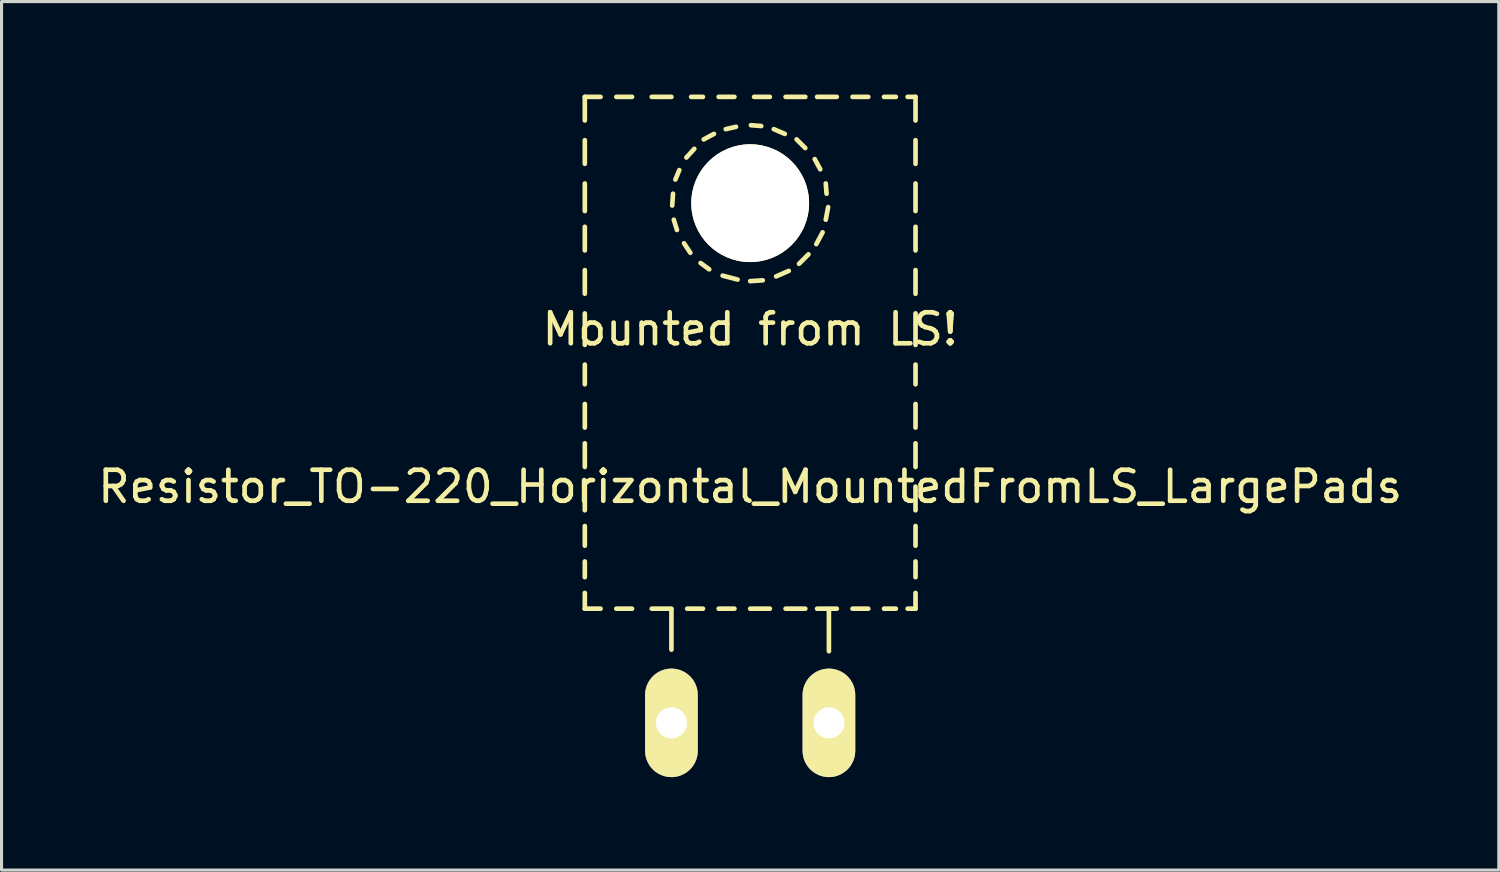
<source format=kicad_pcb>
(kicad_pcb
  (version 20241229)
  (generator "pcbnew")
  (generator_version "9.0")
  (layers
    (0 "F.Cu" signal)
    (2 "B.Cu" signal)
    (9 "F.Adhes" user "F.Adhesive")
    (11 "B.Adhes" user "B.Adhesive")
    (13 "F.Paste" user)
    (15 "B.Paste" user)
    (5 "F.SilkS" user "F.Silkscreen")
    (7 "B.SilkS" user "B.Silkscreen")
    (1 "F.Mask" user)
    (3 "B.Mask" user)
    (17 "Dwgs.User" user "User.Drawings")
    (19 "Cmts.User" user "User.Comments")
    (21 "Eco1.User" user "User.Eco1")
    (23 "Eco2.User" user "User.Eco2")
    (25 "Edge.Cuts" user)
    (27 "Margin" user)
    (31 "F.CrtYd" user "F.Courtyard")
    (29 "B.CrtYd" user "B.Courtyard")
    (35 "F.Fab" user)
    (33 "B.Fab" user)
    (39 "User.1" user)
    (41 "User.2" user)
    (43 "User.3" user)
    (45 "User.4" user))
  (footprint "Resistor_TO-220_Horizontal_MountedFromLS_LargePads"
    (layer "F.Cu")
    (at 21.149 20.268)
    (property "Reference" "Resistor_TO-220_Horizontal_MountedFromLS_LargePads" (at 0 -7.62 0) (layer "F.SilkS") (effects (font (size 1 1) (thickness 0.15))))
    (attr through_hole)
    (fp_line (start -5.334 -20.193) (end -5.334 -19.431) (stroke (width 0.15) (type solid)) (layer "F.SilkS"))
    (fp_line (start -5.334 -20.193) (end -4.826 -20.193) (stroke (width 0.15) (type solid)) (layer "F.SilkS"))
    (fp_line (start -5.334 -18.796) (end -5.334 -18.034) (stroke (width 0.15) (type solid)) (layer "F.SilkS"))
    (fp_line (start -5.334 -17.399) (end -5.334 -16.51) (stroke (width 0.15) (type solid)) (layer "F.SilkS"))
    (fp_line (start -5.334 -16.002) (end -5.334 -15.24) (stroke (width 0.15) (type solid)) (layer "F.SilkS"))
    (fp_line (start -5.334 -14.605) (end -5.334 -13.843) (stroke (width 0.15) (type solid)) (layer "F.SilkS"))
    (fp_line (start -5.334 -13.208) (end -5.334 -12.192) (stroke (width 0.15) (type solid)) (layer "F.SilkS"))
    (fp_line (start -5.334 -11.557) (end -5.334 -10.922) (stroke (width 0.15) (type solid)) (layer "F.SilkS"))
    (fp_line (start -5.334 -10.287) (end -5.334 -9.525) (stroke (width 0.15) (type solid)) (layer "F.SilkS"))
    (fp_line (start -5.334 -9.017) (end -5.334 -8.255) (stroke (width 0.15) (type solid)) (layer "F.SilkS"))
    (fp_line (start -5.334 -7.62) (end -5.334 -6.858) (stroke (width 0.15) (type solid)) (layer "F.SilkS"))
    (fp_line (start -5.334 -6.35) (end -5.334 -5.715) (stroke (width 0.15) (type solid)) (layer "F.SilkS"))
    (fp_line (start -5.334 -5.207) (end -5.334 -4.699) (stroke (width 0.15) (type solid)) (layer "F.SilkS"))
    (fp_line (start -5.334 -4.191) (end -5.334 -3.683) (stroke (width 0.15) (type solid)) (layer "F.SilkS"))
    (fp_line (start -5.334 -3.683) (end -4.826 -3.683) (stroke (width 0.15) (type solid)) (layer "F.SilkS"))
    (fp_line (start -4.318 -20.193) (end -3.81 -20.193) (stroke (width 0.15) (type solid)) (layer "F.SilkS"))
    (fp_line (start -4.318 -3.683) (end -3.81 -3.683) (stroke (width 0.15) (type solid)) (layer "F.SilkS"))
    (fp_line (start -3.175 -20.193) (end -2.54 -20.193) (stroke (width 0.15) (type solid)) (layer "F.SilkS"))
    (fp_line (start -3.175 -3.683) (end -2.54 -3.683) (stroke (width 0.15) (type solid)) (layer "F.SilkS"))
    (fp_line (start -2.54 -3.658) (end -2.54 -2.362) (stroke (width 0.15) (type solid)) (layer "F.SilkS"))
    (fp_line (start -2.515 -16.688) (end -2.489 -17.069) (stroke (width 0.15) (type solid)) (layer "F.SilkS"))
    (fp_line (start -2.413 -17.526) (end -2.286 -17.831) (stroke (width 0.15) (type solid)) (layer "F.SilkS"))
    (fp_line (start -2.362 -15.9) (end -2.464 -16.231) (stroke (width 0.15) (type solid)) (layer "F.SilkS"))
    (fp_line (start -2.057 -18.237) (end -1.803 -18.517) (stroke (width 0.15) (type solid)) (layer "F.SilkS"))
    (fp_line (start -2.032 -3.683) (end -1.524 -3.683) (stroke (width 0.15) (type solid)) (layer "F.SilkS"))
    (fp_line (start -1.93 -15.164) (end -2.134 -15.469) (stroke (width 0.15) (type solid)) (layer "F.SilkS"))
    (fp_line (start -1.905 -20.193) (end -1.524 -20.193) (stroke (width 0.15) (type solid)) (layer "F.SilkS"))
    (fp_line (start -1.499 -18.821) (end -1.168 -18.999) (stroke (width 0.15) (type solid)) (layer "F.SilkS"))
    (fp_line (start -1.321 -14.63) (end -1.6 -14.834) (stroke (width 0.15) (type solid)) (layer "F.SilkS"))
    (fp_line (start -1.016 -20.193) (end -0.508 -20.193) (stroke (width 0.15) (type solid)) (layer "F.SilkS"))
    (fp_line (start -1.016 -3.683) (end -0.508 -3.683) (stroke (width 0.15) (type solid)) (layer "F.SilkS"))
    (fp_line (start -0.787 -19.152) (end -0.457 -19.228) (stroke (width 0.15) (type solid)) (layer "F.SilkS"))
    (fp_line (start -0.406 -14.3) (end -0.889 -14.427) (stroke (width 0.15) (type solid)) (layer "F.SilkS"))
    (fp_line (start 0 -3.683) (end 0.635 -3.683) (stroke (width 0.15) (type solid)) (layer "F.SilkS"))
    (fp_line (start 0.025 -19.279) (end 0.356 -19.253) (stroke (width 0.15) (type solid)) (layer "F.SilkS"))
    (fp_line (start 0.127 -20.193) (end 0.635 -20.193) (stroke (width 0.15) (type solid)) (layer "F.SilkS"))
    (fp_line (start 0.406 -14.275) (end 0 -14.249) (stroke (width 0.15) (type solid)) (layer "F.SilkS"))
    (fp_line (start 0.762 -19.152) (end 1.118 -18.999) (stroke (width 0.15) (type solid)) (layer "F.SilkS"))
    (fp_line (start 1.143 -20.193) (end 1.778 -20.193) (stroke (width 0.15) (type solid)) (layer "F.SilkS"))
    (fp_line (start 1.143 -3.683) (end 1.778 -3.683) (stroke (width 0.15) (type solid)) (layer "F.SilkS"))
    (fp_line (start 1.245 -14.58) (end 0.838 -14.402) (stroke (width 0.15) (type solid)) (layer "F.SilkS"))
    (fp_line (start 1.499 -18.821) (end 1.778 -18.542) (stroke (width 0.15) (type solid)) (layer "F.SilkS"))
    (fp_line (start 1.88 -15.113) (end 1.575 -14.808) (stroke (width 0.15) (type solid)) (layer "F.SilkS"))
    (fp_line (start 2.083 -18.186) (end 2.261 -17.856) (stroke (width 0.15) (type solid)) (layer "F.SilkS"))
    (fp_line (start 2.159 -20.193) (end 2.794 -20.193) (stroke (width 0.15) (type solid)) (layer "F.SilkS"))
    (fp_line (start 2.159 -3.683) (end 2.794 -3.683) (stroke (width 0.15) (type solid)) (layer "F.SilkS"))
    (fp_line (start 2.337 -15.824) (end 2.134 -15.443) (stroke (width 0.15) (type solid)) (layer "F.SilkS"))
    (fp_line (start 2.438 -17.399) (end 2.464 -17.069) (stroke (width 0.15) (type solid)) (layer "F.SilkS"))
    (fp_line (start 2.515 -16.637) (end 2.438 -16.231) (stroke (width 0.15) (type solid)) (layer "F.SilkS"))
    (fp_line (start 2.54 -3.658) (end 2.54 -2.311) (stroke (width 0.15) (type solid)) (layer "F.SilkS"))
    (fp_line (start 3.302 -20.193) (end 3.81 -20.193) (stroke (width 0.15) (type solid)) (layer "F.SilkS"))
    (fp_line (start 3.302 -3.683) (end 3.81 -3.683) (stroke (width 0.15) (type solid)) (layer "F.SilkS"))
    (fp_line (start 4.318 -20.193) (end 4.699 -20.193) (stroke (width 0.15) (type solid)) (layer "F.SilkS"))
    (fp_line (start 4.318 -3.683) (end 4.699 -3.683) (stroke (width 0.15) (type solid)) (layer "F.SilkS"))
    (fp_line (start 5.08 -20.193) (end 5.334 -20.193) (stroke (width 0.15) (type solid)) (layer "F.SilkS"))
    (fp_line (start 5.08 -3.683) (end 5.334 -3.683) (stroke (width 0.15) (type solid)) (layer "F.SilkS"))
    (fp_line (start 5.334 -20.193) (end 5.334 -19.431) (stroke (width 0.15) (type solid)) (layer "F.SilkS"))
    (fp_line (start 5.334 -18.796) (end 5.334 -18.034) (stroke (width 0.15) (type solid)) (layer "F.SilkS"))
    (fp_line (start 5.334 -17.399) (end 5.334 -16.51) (stroke (width 0.15) (type solid)) (layer "F.SilkS"))
    (fp_line (start 5.334 -16.002) (end 5.334 -15.24) (stroke (width 0.15) (type solid)) (layer "F.SilkS"))
    (fp_line (start 5.334 -14.605) (end 5.334 -13.843) (stroke (width 0.15) (type solid)) (layer "F.SilkS"))
    (fp_line (start 5.334 -13.208) (end 5.334 -12.192) (stroke (width 0.15) (type solid)) (layer "F.SilkS"))
    (fp_line (start 5.334 -11.557) (end 5.334 -10.922) (stroke (width 0.15) (type solid)) (layer "F.SilkS"))
    (fp_line (start 5.334 -10.287) (end 5.334 -9.525) (stroke (width 0.15) (type solid)) (layer "F.SilkS"))
    (fp_line (start 5.334 -9.017) (end 5.334 -8.255) (stroke (width 0.15) (type solid)) (layer "F.SilkS"))
    (fp_line (start 5.334 -7.62) (end 5.334 -6.858) (stroke (width 0.15) (type solid)) (layer "F.SilkS"))
    (fp_line (start 5.334 -6.35) (end 5.334 -5.715) (stroke (width 0.15) (type solid)) (layer "F.SilkS"))
    (fp_line (start 5.334 -5.207) (end 5.334 -4.699) (stroke (width 0.15) (type solid)) (layer "F.SilkS"))
    (fp_line (start 5.334 -4.191) (end 5.334 -3.683) (stroke (width 0.15) (type solid)) (layer "F.SilkS"))
    (fp_text user "Mounted from LS!" (at 0 -12.7 0) (layer "F.SilkS") (effects (font (size 1 1) (thickness 0.15))))
    (pad "" np_thru_hole circle (at 0 -16.764 90) (size 3.8 3.8) (drill 3.8) (layers "*.Cu" "*.Mask" "F.SilkS"))
    (pad "1" thru_hole oval (at 2.54 0 90) (size 3.5 1.699) (drill 1.001) (layers "*.Cu" "*.Mask" "F.SilkS"))
    (pad "3" thru_hole oval (at -2.54 0 90) (size 3.5 1.699) (drill 1.001) (layers "*.Cu" "*.Mask" "F.SilkS")))
  (gr_rect
    (start -3 -3)
    (end 45.298 25.018)
    (stroke (width 0.1) (type default))
    (fill no)
    (layer "Edge.Cuts")))
</source>
